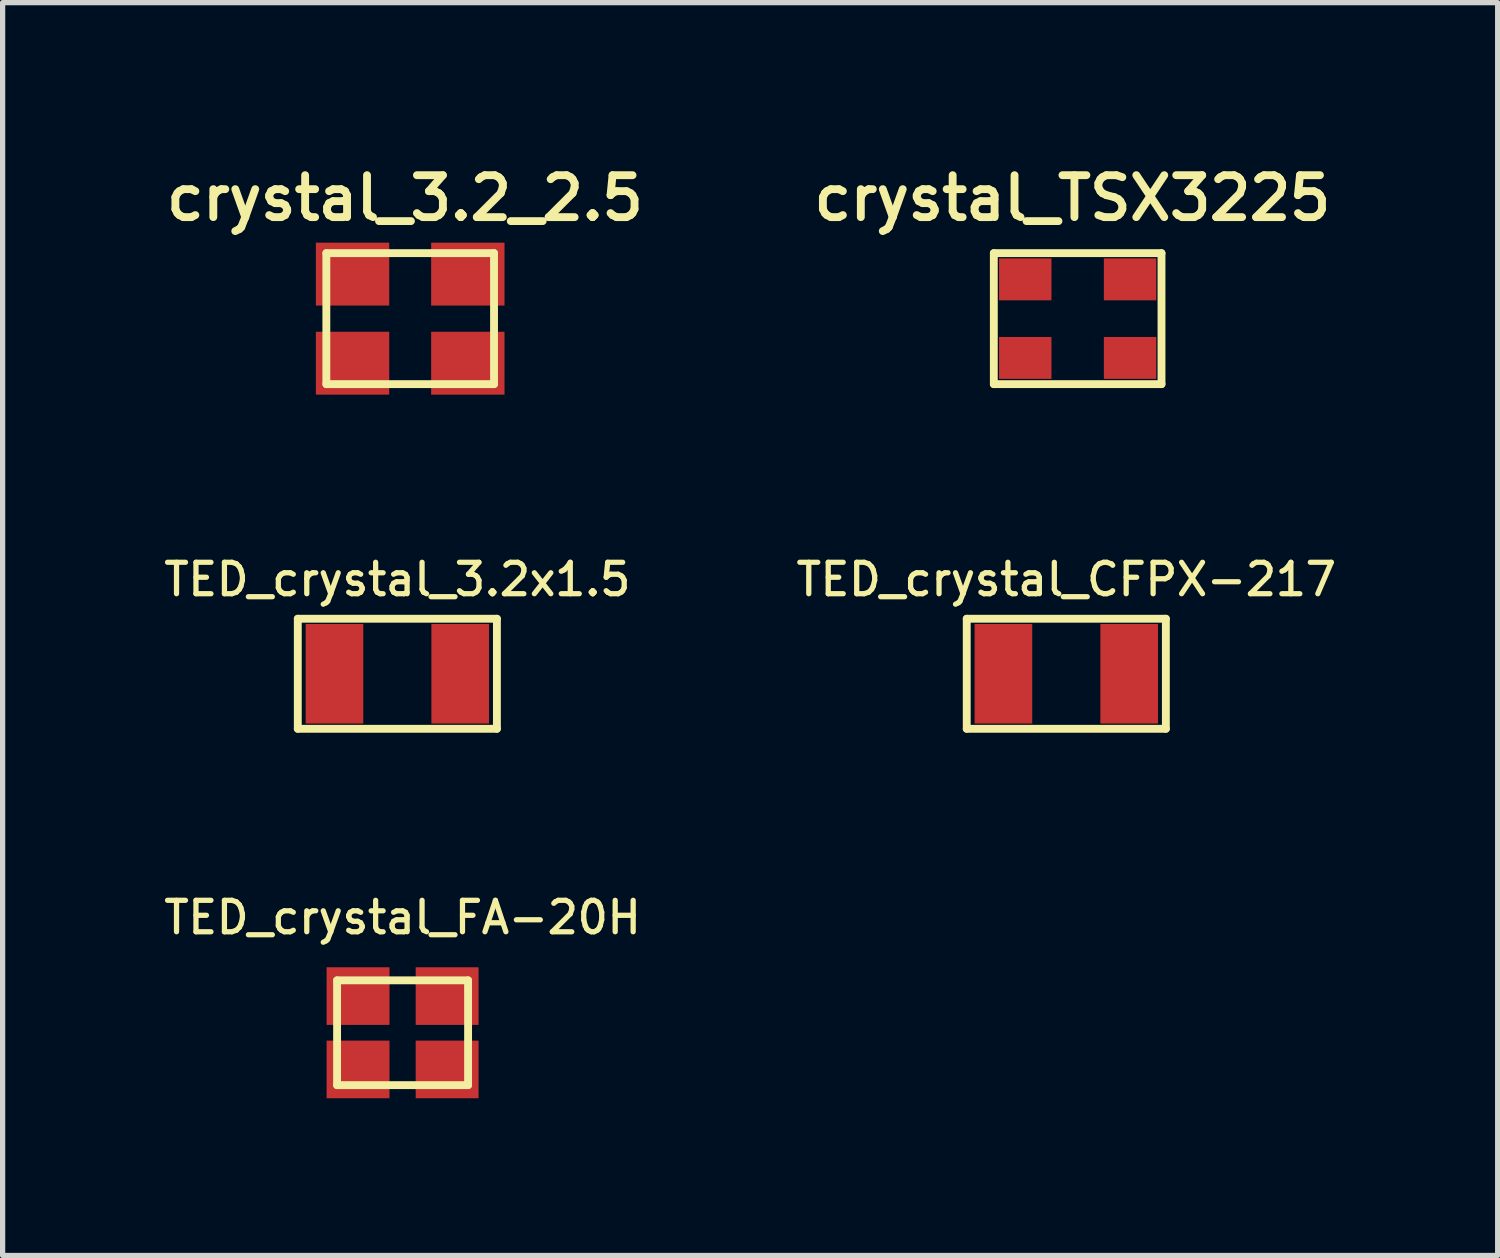
<source format=kicad_pcb>
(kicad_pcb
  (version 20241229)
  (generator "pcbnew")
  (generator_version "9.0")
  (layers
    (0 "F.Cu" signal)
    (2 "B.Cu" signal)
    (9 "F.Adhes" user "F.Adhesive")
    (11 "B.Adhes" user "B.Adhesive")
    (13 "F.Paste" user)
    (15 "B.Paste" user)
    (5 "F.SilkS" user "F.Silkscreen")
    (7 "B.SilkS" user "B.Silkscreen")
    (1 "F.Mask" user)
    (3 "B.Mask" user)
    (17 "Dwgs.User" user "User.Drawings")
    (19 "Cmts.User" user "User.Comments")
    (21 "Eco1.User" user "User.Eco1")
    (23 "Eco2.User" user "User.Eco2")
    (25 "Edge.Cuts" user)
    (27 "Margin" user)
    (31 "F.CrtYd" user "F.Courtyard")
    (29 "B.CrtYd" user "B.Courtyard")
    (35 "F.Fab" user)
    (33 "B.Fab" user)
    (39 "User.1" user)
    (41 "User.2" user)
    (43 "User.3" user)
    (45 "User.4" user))
  (footprint "crystal_TSX3225"
    (layer "F.Cu")
    (at 17.516 3.031)
    (property "Reference" "crystal_TSX3225" (at -0.1 -2.3 0) (layer "F.SilkS") (effects (font (size 0.8 0.8) (thickness 0.15))))
    (attr through_hole)
    (fp_line (start -1.6 -1.25) (end 1.6 -1.25) (stroke (width 0.15) (type solid)) (layer "F.SilkS"))
    (fp_line (start -1.6 1.25) (end -1.6 -1.25) (stroke (width 0.15) (type solid)) (layer "F.SilkS"))
    (fp_line (start 1.6 -1.25) (end 1.6 1.25) (stroke (width 0.15) (type solid)) (layer "F.SilkS"))
    (fp_line (start 1.6 1.25) (end -1.6 1.25) (stroke (width 0.15) (type solid)) (layer "F.SilkS"))
    (pad "1" smd rect (at -1 0.75) (size 1 0.8) (layers "F.Cu" "F.Mask" "F.Paste"))
    (pad "2" smd rect (at 1 0.75) (size 1 0.8) (layers "F.Cu" "F.Mask" "F.Paste"))
    (pad "3" smd rect (at 1 -0.75) (size 1 0.8) (layers "F.Cu" "F.Mask" "F.Paste"))
    (pad "4" smd rect (at -1 -0.75) (size 1 0.8) (layers "F.Cu" "F.Mask" "F.Paste")))
  (footprint "TED_crystal_CFPX-217"
    (layer "F.Cu")
    (at 17.299 9.808)
    (property "Reference" "TED_crystal_CFPX-217" (at 0 -1.8 0) (layer "F.SilkS") (effects (font (size 0.6 0.6) (thickness 0.1))))
    (attr through_hole)
    (fp_line (start -1.9 -1.05) (end 1.9 -1.05) (stroke (width 0.15) (type solid)) (layer "F.SilkS"))
    (fp_line (start -1.9 1.05) (end -1.9 -1.05) (stroke (width 0.15) (type solid)) (layer "F.SilkS"))
    (fp_line (start 1.9 -1.05) (end 1.9 1.05) (stroke (width 0.15) (type solid)) (layer "F.SilkS"))
    (fp_line (start 1.9 1.05) (end -1.9 1.05) (stroke (width 0.15) (type solid)) (layer "F.SilkS"))
    (pad "1" smd rect (at -1.2 0) (size 1.1 1.9) (layers "F.Cu" "F.Mask" "F.Paste"))
    (pad "2" smd rect (at 1.2 0) (size 1.1 1.9) (layers "F.Cu" "F.Mask" "F.Paste")))
  (footprint "TED_crystal_3.2x1.5"
    (layer "F.Cu")
    (at 4.533 9.808)
    (property "Reference" "TED_crystal_3.2x1.5" (at 0 -1.8 0) (layer "F.SilkS") (effects (font (size 0.6 0.6) (thickness 0.1))))
    (attr through_hole)
    (fp_line (start -1.9 -1.05) (end 1.9 -1.05) (stroke (width 0.15) (type solid)) (layer "F.SilkS"))
    (fp_line (start -1.9 1.05) (end -1.9 -1.05) (stroke (width 0.15) (type solid)) (layer "F.SilkS"))
    (fp_line (start 1.9 -1.05) (end 1.9 1.05) (stroke (width 0.15) (type solid)) (layer "F.SilkS"))
    (fp_line (start 1.9 1.05) (end -1.9 1.05) (stroke (width 0.15) (type solid)) (layer "F.SilkS"))
    (pad "1" smd rect (at -1.2 0) (size 1.1 1.9) (layers "F.Cu" "F.Mask" "F.Paste"))
    (pad "2" smd rect (at 1.2 0) (size 1.1 1.9) (layers "F.Cu" "F.Mask" "F.Paste")))
  (footprint "crystal_3.2_2.5"
    (layer "F.Cu")
    (at 4.778 3.031)
    (property "Reference" "crystal_3.2_2.5" (at -0.1 -2.3 0) (layer "F.SilkS") (effects (font (size 0.8 0.8) (thickness 0.15))))
    (attr through_hole)
    (fp_line (start -1.6 -1.25) (end 1.6 -1.25) (stroke (width 0.15) (type solid)) (layer "F.SilkS"))
    (fp_line (start -1.6 1.25) (end -1.6 -1.25) (stroke (width 0.15) (type solid)) (layer "F.SilkS"))
    (fp_line (start 1.6 -1.25) (end 1.6 1.25) (stroke (width 0.15) (type solid)) (layer "F.SilkS"))
    (fp_line (start 1.6 1.25) (end -1.6 1.25) (stroke (width 0.15) (type solid)) (layer "F.SilkS"))
    (pad "1" smd rect (at -1.1 0.85) (size 1.4 1.2) (layers "F.Cu" "F.Mask" "F.Paste"))
    (pad "2" smd rect (at 1.1 0.85) (size 1.4 1.2) (layers "F.Cu" "F.Mask" "F.Paste"))
    (pad "3" smd rect (at 1.1 -0.85) (size 1.4 1.2) (layers "F.Cu" "F.Mask" "F.Paste"))
    (pad "4" smd rect (at -1.1 -0.85) (size 1.4 1.2) (layers "F.Cu" "F.Mask" "F.Paste")))
  (footprint "TED_crystal_FA-20H"
    (layer "F.Cu")
    (at 4.633 16.659)
    (property "Reference" "TED_crystal_FA-20H" (at 0 -2.2 0) (layer "F.SilkS") (effects (font (size 0.6 0.6) (thickness 0.1))))
    (attr through_hole)
    (fp_line (start -1.25 -1) (end 1.25 -1) (stroke (width 0.15) (type solid)) (layer "F.SilkS"))
    (fp_line (start -1.25 1) (end -1.25 -1) (stroke (width 0.15) (type solid)) (layer "F.SilkS"))
    (fp_line (start 1.25 -1) (end 1.25 1) (stroke (width 0.15) (type solid)) (layer "F.SilkS"))
    (fp_line (start 1.25 1) (end -1.25 1) (stroke (width 0.15) (type solid)) (layer "F.SilkS"))
    (pad "1" smd rect (at -0.85 0.7) (size 1.2 1.1) (layers "F.Cu" "F.Mask" "F.Paste"))
    (pad "2" smd rect (at 0.85 0.7) (size 1.2 1.1) (layers "F.Cu" "F.Mask" "F.Paste"))
    (pad "3" smd rect (at 0.85 -0.7) (size 1.2 1.1) (layers "F.Cu" "F.Mask" "F.Paste"))
    (pad "4" smd rect (at -0.85 -0.7) (size 1.2 1.1) (layers "F.Cu" "F.Mask" "F.Paste")))
  (gr_rect
    (start -3 -3)
    (end 25.531 20.909)
    (stroke (width 0.1) (type default))
    (fill no)
    (layer "Edge.Cuts")))
</source>
